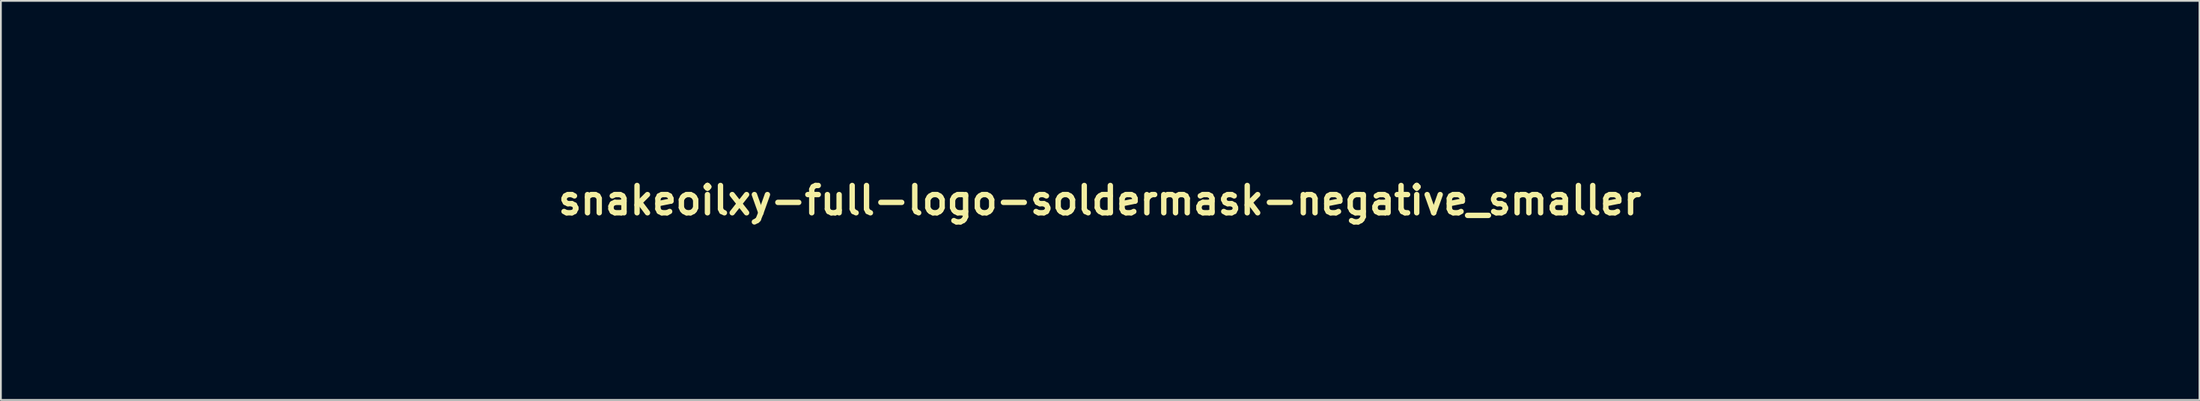
<source format=kicad_pcb>
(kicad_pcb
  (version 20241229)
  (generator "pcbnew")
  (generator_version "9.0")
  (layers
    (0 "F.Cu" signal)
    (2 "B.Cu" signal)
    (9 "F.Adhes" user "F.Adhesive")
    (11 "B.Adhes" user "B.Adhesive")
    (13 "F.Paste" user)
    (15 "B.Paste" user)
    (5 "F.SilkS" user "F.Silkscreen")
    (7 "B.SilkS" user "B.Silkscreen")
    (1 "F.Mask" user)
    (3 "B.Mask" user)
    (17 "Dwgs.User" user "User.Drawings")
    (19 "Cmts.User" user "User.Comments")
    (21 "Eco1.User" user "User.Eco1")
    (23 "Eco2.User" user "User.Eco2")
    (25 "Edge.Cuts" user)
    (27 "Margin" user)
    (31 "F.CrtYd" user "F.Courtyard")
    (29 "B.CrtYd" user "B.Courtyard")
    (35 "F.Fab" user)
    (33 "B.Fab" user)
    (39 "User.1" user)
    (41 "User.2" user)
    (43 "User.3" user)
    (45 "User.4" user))
  (footprint "snakeoilxy-full-logo-soldermask-negative_smaller"
    (layer "F.Cu")
    (at 58.171 8.133)
    (property "Reference" "snakeoilxy-full-logo-soldermask-negative_smaller" (at 0 0 0) (layer "F.SilkS") (effects (font (size 1.524 1.524) (thickness 0.3))))
    (attr through_hole)
    (fp_poly (pts (xy 9.401 1.473) (xy 9.678 1.525) (xy 9.922 1.614) (xy 10.142 1.746) (xy 10.309 1.883) (xy 10.397 1.983) (xy 10.491 2.124) (xy 10.58 2.283) (xy 10.652 2.439) (xy 10.684 2.532) (xy 10.704 2.603) (xy 7.43 2.603) (xy 7.484 2.469) (xy 7.625 2.181) (xy 7.803 1.944) (xy 8.021 1.754) (xy 8.283 1.606) (xy 8.46 1.538) (xy 8.586 1.5) (xy 8.699 1.475) (xy 8.818 1.461) (xy 8.967 1.456) (xy 9.079 1.456) (xy 9.401 1.473)) (stroke (width 0.01) (type solid)) (fill yes) (layer "F.Mask"))
    (fp_poly (pts (xy -4.015 1.463) (xy -3.798 1.489) (xy -3.662 1.521) (xy -3.373 1.638) (xy -3.118 1.805) (xy -2.9 2.015) (xy -2.722 2.262) (xy -2.588 2.54) (xy -2.5 2.843) (xy -2.461 3.165) (xy -2.475 3.499) (xy -2.526 3.769) (xy -2.634 4.083) (xy -2.789 4.357) (xy -2.986 4.589) (xy -3.221 4.774) (xy -3.492 4.908) (xy -3.686 4.968) (xy -3.881 4.999) (xy -4.106 5.012) (xy -4.336 5.008) (xy -4.549 4.986) (xy -4.688 4.956) (xy -5.004 4.836) (xy -5.276 4.672) (xy -5.501 4.466) (xy -5.678 4.22) (xy -5.806 3.936) (xy -5.882 3.617) (xy -5.905 3.288) (xy -5.899 3.102) (xy -5.882 2.92) (xy -5.856 2.771) (xy -5.854 2.764) (xy -5.746 2.45) (xy -5.588 2.169) (xy -5.385 1.926) (xy -5.141 1.726) (xy -4.862 1.575) (xy -4.651 1.502) (xy -4.467 1.469) (xy -4.246 1.456) (xy -4.015 1.463)) (stroke (width 0.01) (type solid)) (fill yes) (layer "F.Mask"))
    (fp_poly (pts (xy 17.338 -0.4) (xy 17.71 -0.314) (xy 18.062 -0.175) (xy 18.389 0.014) (xy 18.686 0.249) (xy 18.948 0.529) (xy 19.169 0.851) (xy 19.344 1.212) (xy 19.4 1.364) (xy 19.498 1.752) (xy 19.541 2.146) (xy 19.529 2.538) (xy 19.466 2.922) (xy 19.352 3.29) (xy 19.19 3.634) (xy 18.982 3.949) (xy 18.73 4.227) (xy 18.558 4.373) (xy 18.242 4.584) (xy 17.914 4.74) (xy 17.563 4.843) (xy 17.181 4.899) (xy 17.018 4.908) (xy 16.803 4.911) (xy 16.625 4.901) (xy 16.458 4.877) (xy 16.383 4.862) (xy 15.983 4.743) (xy 15.615 4.572) (xy 15.284 4.351) (xy 14.993 4.083) (xy 14.745 3.774) (xy 14.544 3.424) (xy 14.393 3.04) (xy 14.354 2.9) (xy 14.309 2.652) (xy 14.287 2.369) (xy 14.289 2.074) (xy 14.315 1.791) (xy 14.352 1.591) (xy 14.476 1.2) (xy 14.654 0.842) (xy 14.879 0.519) (xy 15.15 0.237) (xy 15.461 -0.002) (xy 15.809 -0.192) (xy 16.152 -0.318) (xy 16.554 -0.405) (xy 16.951 -0.431) (xy 17.338 -0.4)) (stroke (width 0.01) (type solid)) (fill yes) (layer "F.Mask"))
    (fp_poly (pts (xy 58.198 8.128) (xy -58.166 8.128) (xy -58.166 -0.17) (xy -56.047 -0.17) (xy -56.045 -0.013) (xy -56.041 0.162) (xy -56.035 0.341) (xy -56.028 0.513) (xy -56.018 0.667) (xy -56.008 0.791) (xy -56.007 0.796) (xy -55.906 1.437) (xy -55.745 2.074) (xy -55.527 2.698) (xy -55.256 3.302) (xy -54.934 3.879) (xy -54.565 4.42) (xy -54.409 4.62) (xy -54.267 4.785) (xy -54.091 4.976) (xy -53.894 5.177) (xy -53.692 5.375) (xy -53.499 5.555) (xy -53.328 5.704) (xy -53.292 5.732) (xy -52.781 6.104) (xy -52.232 6.434) (xy -51.653 6.718) (xy -51.053 6.953) (xy -50.442 7.134) (xy -49.828 7.259) (xy -49.514 7.299) (xy -49.33 7.313) (xy -49.103 7.323) (xy -48.849 7.328) (xy -48.586 7.329) (xy -48.332 7.325) (xy -48.103 7.317) (xy -47.916 7.304) (xy -47.886 7.301) (xy -47.214 7.196) (xy -46.558 7.03) (xy -45.919 6.805) (xy -45.3 6.52) (xy -44.705 6.178) (xy -44.136 5.779) (xy -44.05 5.712) (xy -44.003 5.67) (xy -43.913 5.586) (xy -43.783 5.461) (xy -43.615 5.297) (xy -43.411 5.098) (xy -43.173 4.865) (xy -42.904 4.6) (xy -42.605 4.307) (xy -42.28 3.986) (xy -41.931 3.64) (xy -41.559 3.271) (xy -41.167 2.883) (xy -40.805 2.524) (xy -39.592 2.524) (xy -38.235 3.884) (xy -37.981 4.138) (xy -37.73 4.387) (xy -37.489 4.625) (xy -37.262 4.848) (xy -37.054 5.05) (xy -36.871 5.226) (xy -36.719 5.372) (xy -36.601 5.481) (xy -36.536 5.54) (xy -36.004 5.96) (xy -35.44 6.328) (xy -34.847 6.642) (xy -34.232 6.899) (xy -33.598 7.098) (xy -33.204 7.19) (xy -32.898 7.247) (xy -32.628 7.287) (xy -32.366 7.313) (xy -32.088 7.326) (xy -31.885 7.33) (xy -31.464 7.334) (xy -31.464 4.613) (xy -31.933 4.594) (xy -32.471 4.542) (xy -32.992 4.428) (xy -33.494 4.255) (xy -33.974 4.021) (xy -34.432 3.729) (xy -34.519 3.665) (xy -34.576 3.616) (xy -34.674 3.527) (xy -34.808 3.401) (xy -34.973 3.243) (xy -35.165 3.057) (xy -35.38 2.848) (xy -35.614 2.619) (xy -35.862 2.375) (xy -36.119 2.12) (xy -36.187 2.051) (xy -37.656 0.588) (xy -38.624 1.556) (xy -39.592 2.524) (xy -40.805 2.524) (xy -40.757 2.476) (xy -40.332 2.053) (xy -39.893 1.616) (xy -39.443 1.168) (xy -39.211 0.937) (xy -38.666 0.393) (xy -38.164 -0.108) (xy -37.702 -0.568) (xy -37.28 -0.989) (xy -36.895 -1.373) (xy -36.544 -1.721) (xy -36.227 -2.036) (xy -35.94 -2.319) (xy -35.683 -2.572) (xy -35.452 -2.798) (xy -35.247 -2.997) (xy -35.064 -3.173) (xy -34.902 -3.326) (xy -34.759 -3.459) (xy -34.633 -3.573) (xy -34.522 -3.671) (xy -34.424 -3.755) (xy -34.337 -3.825) (xy -34.259 -3.885) (xy -34.187 -3.935) (xy -34.121 -3.979) (xy -34.057 -4.017) (xy -33.994 -4.052) (xy -33.93 -4.085) (xy -33.863 -4.119) (xy -33.791 -4.155) (xy -33.786 -4.158) (xy -33.54 -4.268) (xy -33.258 -4.375) (xy -32.963 -4.47) (xy -32.678 -4.546) (xy -32.483 -4.585) (xy -32.259 -4.613) (xy -31.994 -4.629) (xy -31.708 -4.634) (xy -31.423 -4.628) (xy -31.158 -4.611) (xy -30.956 -4.587) (xy -30.441 -4.473) (xy -29.947 -4.302) (xy -29.48 -4.078) (xy -29.042 -3.803) (xy -28.638 -3.482) (xy -28.271 -3.118) (xy -27.946 -2.715) (xy -27.666 -2.276) (xy -27.434 -1.805) (xy -27.256 -1.306) (xy -27.19 -1.055) (xy -27.133 -0.74) (xy -27.098 -0.386) (xy -27.085 -0.017) (xy -27.096 0.346) (xy -27.13 0.681) (xy -27.141 0.746) (xy -27.259 1.26) (xy -27.435 1.755) (xy -27.664 2.226) (xy -27.943 2.668) (xy -28.267 3.075) (xy -28.633 3.443) (xy -29.037 3.766) (xy -29.476 4.04) (xy -29.551 4.079) (xy -29.716 4.165) (xy -29.674 4.265) (xy -29.613 4.41) (xy -29.538 4.587) (xy -29.451 4.791) (xy -29.355 5.013) (xy -29.254 5.246) (xy -29.151 5.483) (xy -29.05 5.716) (xy -28.953 5.939) (xy -28.863 6.144) (xy -28.784 6.323) (xy -28.719 6.47) (xy -28.671 6.577) (xy -28.643 6.636) (xy -28.638 6.646) (xy -28.597 6.647) (xy -28.511 6.617) (xy -28.388 6.56) (xy -28.237 6.481) (xy -28.065 6.383) (xy -27.88 6.273) (xy -27.69 6.153) (xy -27.503 6.029) (xy -27.326 5.905) (xy -27.231 5.835) (xy -27.07 5.705) (xy -26.882 5.539) (xy -26.679 5.35) (xy -26.6 5.274) (xy -20.368 5.274) (xy -20.256 5.368) (xy -20.044 5.533) (xy -19.802 5.692) (xy -19.59 5.812) (xy -19.472 5.867) (xy -19.33 5.927) (xy -19.181 5.985) (xy -19.039 6.036) (xy -18.92 6.074) (xy -18.84 6.093) (xy -18.827 6.094) (xy -18.801 6.079) (xy -18.777 6.025) (xy -18.752 5.925) (xy -18.722 5.771) (xy -18.692 5.603) (xy -18.661 5.429) (xy -18.632 5.277) (xy -18.622 5.223) (xy -18.589 5.047) (xy -18.553 4.857) (xy -18.519 4.67) (xy -18.49 4.503) (xy -18.468 4.375) (xy -18.463 4.345) (xy -18.456 4.266) (xy -18.477 4.225) (xy -18.541 4.197) (xy -18.554 4.192) (xy -18.648 4.151) (xy -18.755 4.089) (xy -18.795 4.061) (xy -18.926 3.966) (xy -19.012 4.034) (xy -19.054 4.07) (xy -19.136 4.142) (xy -19.248 4.243) (xy -19.383 4.366) (xy -19.533 4.502) (xy -19.69 4.646) (xy -19.847 4.789) (xy -19.994 4.925) (xy -20.125 5.046) (xy -20.232 5.145) (xy -20.288 5.198) (xy -20.368 5.274) (xy -26.6 5.274) (xy -26.473 5.15) (xy -26.278 4.951) (xy -26.107 4.766) (xy -25.981 4.62) (xy -25.626 4.138) (xy -25.588 4.076) (xy -21.154 4.076) (xy -21.146 4.111) (xy -21.141 4.124) (xy -21.084 4.258) (xy -21.014 4.401) (xy -20.935 4.543) (xy -20.855 4.675) (xy -20.78 4.785) (xy -20.716 4.863) (xy -20.67 4.9) (xy -20.657 4.899) (xy -20.623 4.877) (xy -20.543 4.823) (xy -20.425 4.742) (xy -20.274 4.639) (xy -20.099 4.518) (xy -19.905 4.385) (xy -19.84 4.34) (xy -19.059 3.802) (xy -19.142 3.63) (xy -19.176 3.558) (xy -19.207 3.509) (xy -19.245 3.483) (xy -19.299 3.478) (xy -19.382 3.494) (xy -19.504 3.53) (xy -19.675 3.585) (xy -19.681 3.587) (xy -19.843 3.638) (xy -20.019 3.692) (xy -20.174 3.739) (xy -20.193 3.745) (xy -20.319 3.782) (xy -20.43 3.816) (xy -20.505 3.84) (xy -20.511 3.842) (xy -20.576 3.863) (xy -20.683 3.896) (xy -20.815 3.936) (xy -20.881 3.956) (xy -21.015 3.996) (xy -21.099 4.025) (xy -21.141 4.05) (xy -21.154 4.076) (xy -25.588 4.076) (xy -25.305 3.617) (xy -25.023 3.068) (xy -24.988 2.985) (xy -21.368 2.985) (xy -21.368 3.074) (xy -21.362 3.156) (xy -21.346 3.276) (xy -21.324 3.408) (xy -21.301 3.527) (xy -21.284 3.596) (xy -21.267 3.63) (xy -21.234 3.647) (xy -21.171 3.645) (xy -21.067 3.625) (xy -20.977 3.604) (xy -20.894 3.585) (xy -20.792 3.562) (xy -20.665 3.533) (xy -20.505 3.497) (xy -20.303 3.453) (xy -20.054 3.398) (xy -19.812 3.345) (xy -19.674 3.315) (xy -19.533 3.286) (xy -19.449 3.269) (xy -19.359 3.25) (xy -19.299 3.235) (xy -19.287 3.23) (xy -19.287 3.197) (xy -19.294 3.125) (xy -19.296 3.104) (xy -19.311 2.985) (xy -21.368 2.985) (xy -24.988 2.985) (xy -24.787 2.504) (xy -24.602 1.936) (xy -24.515 1.586) (xy -24.407 0.943) (xy -24.353 0.286) (xy -24.355 -0.375) (xy -24.412 -1.028) (xy -24.524 -1.663) (xy -24.54 -1.73) (xy -20.986 -1.73) (xy -20.968 -1.419) (xy -20.917 -1.094) (xy -20.839 -0.787) (xy -20.798 -0.668) (xy -20.689 -0.431) (xy -20.54 -0.181) (xy -20.364 0.061) (xy -20.193 0.254) (xy -19.999 0.439) (xy -19.8 0.603) (xy -19.585 0.751) (xy -19.343 0.889) (xy -19.065 1.024) (xy -18.741 1.161) (xy -18.542 1.238) (xy -18.183 1.376) (xy -17.878 1.497) (xy -17.622 1.605) (xy -17.41 1.701) (xy -17.236 1.789) (xy -17.093 1.872) (xy -16.977 1.952) (xy -16.881 2.034) (xy -16.801 2.119) (xy -16.756 2.175) (xy -16.641 2.348) (xy -16.564 2.519) (xy -16.518 2.707) (xy -16.498 2.93) (xy -16.497 3.016) (xy -16.497 3.174) (xy -16.504 3.287) (xy -16.519 3.375) (xy -16.546 3.457) (xy -16.58 3.532) (xy -16.725 3.77) (xy -16.917 3.97) (xy -17.146 4.125) (xy -17.403 4.229) (xy -17.556 4.262) (xy -17.669 4.28) (xy -17.76 4.296) (xy -17.806 4.306) (xy -17.818 4.32) (xy -17.827 4.361) (xy -17.833 4.432) (xy -17.836 4.542) (xy -17.836 4.696) (xy -17.833 4.9) (xy -17.828 5.161) (xy -17.827 5.199) (xy -17.822 5.432) (xy -17.816 5.648) (xy -17.81 5.837) (xy -17.804 5.989) (xy -17.798 6.097) (xy -17.794 6.15) (xy -17.793 6.152) (xy -17.786 6.182) (xy -17.77 6.201) (xy -17.738 6.21) (xy -17.679 6.209) (xy -17.583 6.198) (xy -17.441 6.177) (xy -17.304 6.155) (xy -16.867 6.054) (xy -16.45 5.893) (xy -16.057 5.675) (xy -15.69 5.402) (xy -15.399 5.122) (xy -15.126 4.787) (xy -14.903 4.421) (xy -14.73 4.032) (xy -14.608 3.626) (xy -14.537 3.209) (xy -14.518 2.789) (xy -14.551 2.371) (xy -14.636 1.963) (xy -14.775 1.571) (xy -14.968 1.202) (xy -15.092 1.016) (xy -15.31 0.753) (xy -15.562 0.515) (xy -15.855 0.297) (xy -15.93 0.253) (xy -13.557 0.253) (xy -13.557 3.217) (xy -13.557 3.645) (xy -13.556 4.055) (xy -13.555 4.443) (xy -13.554 4.804) (xy -13.552 5.133) (xy -13.55 5.426) (xy -13.548 5.68) (xy -13.545 5.888) (xy -13.543 6.047) (xy -13.54 6.152) (xy -13.537 6.2) (xy -13.536 6.202) (xy -13.5 6.208) (xy -13.409 6.213) (xy -13.273 6.218) (xy -13.102 6.221) (xy -12.905 6.223) (xy -12.806 6.223) (xy -12.097 6.223) (xy -12.097 4.513) (xy -12.096 4.119) (xy -12.095 3.783) (xy -12.094 3.5) (xy -12.091 3.263) (xy -12.087 3.068) (xy -12.082 2.908) (xy -12.075 2.778) (xy -12.067 2.673) (xy -12.058 2.586) (xy -12.048 2.523) (xy -11.976 2.24) (xy -11.867 1.999) (xy -11.723 1.805) (xy -11.675 1.758) (xy -11.477 1.616) (xy -11.252 1.518) (xy -11.01 1.463) (xy -10.764 1.451) (xy -10.525 1.483) (xy -10.305 1.558) (xy -10.115 1.678) (xy -10.068 1.721) (xy -9.998 1.796) (xy -9.937 1.879) (xy -9.884 1.973) (xy -9.839 2.085) (xy -9.801 2.218) (xy -9.77 2.376) (xy -9.744 2.565) (xy -9.724 2.788) (xy -9.709 3.051) (xy -9.698 3.358) (xy -9.69 3.712) (xy -9.686 4.12) (xy -9.684 4.586) (xy -9.684 4.755) (xy -9.684 6.223) (xy -8.25 6.223) (xy -8.264 4.135) (xy -8.267 3.718) (xy -8.27 3.358) (xy -8.271 3.254) (xy -7.366 3.254) (xy -7.338 3.716) (xy -7.254 4.154) (xy -7.117 4.563) (xy -6.928 4.941) (xy -6.689 5.284) (xy -6.402 5.589) (xy -6.068 5.854) (xy -5.905 5.957) (xy -5.725 6.05) (xy -5.504 6.141) (xy -5.267 6.222) (xy -5.037 6.286) (xy -4.858 6.321) (xy -4.697 6.336) (xy -4.5 6.34) (xy -4.283 6.336) (xy -4.065 6.324) (xy -3.863 6.304) (xy -3.696 6.279) (xy -3.614 6.259) (xy -3.474 6.211) (xy -3.314 6.145) (xy -3.178 6.079) (xy -3.063 6.011) (xy -2.929 5.92) (xy -2.79 5.817) (xy -2.659 5.711) (xy -2.548 5.613) (xy -2.471 5.533) (xy -2.448 5.501) (xy -2.433 5.495) (xy -2.423 5.537) (xy -2.417 5.631) (xy -2.414 5.783) (xy -2.414 5.834) (xy -2.413 6.223) (xy -1.079 6.223) (xy -1.079 0.254) (xy -2.413 0.254) (xy -2.413 1.008) (xy -2.659 0.763) (xy -2.91 0.543) (xy -3.172 0.374) (xy -3.463 0.248) (xy -3.556 0.217) (xy -3.651 0.189) (xy -3.74 0.17) (xy -3.836 0.156) (xy -3.953 0.148) (xy -4.104 0.145) (xy -4.303 0.144) (xy -4.35 0.144) (xy -4.62 0.148) (xy -4.844 0.162) (xy -5.038 0.189) (xy -5.218 0.232) (xy -5.402 0.295) (xy -5.605 0.381) (xy -5.673 0.413) (xy -5.899 0.527) (xy -6.092 0.646) (xy -6.275 0.787) (xy -6.427 0.923) (xy -6.703 1.224) (xy -6.934 1.567) (xy -7.118 1.945) (xy -7.253 2.354) (xy -7.336 2.787) (xy -7.366 3.24) (xy -7.366 3.254) (xy -8.271 3.254) (xy -8.273 3.052) (xy -8.276 2.795) (xy -8.279 2.58) (xy -8.283 2.403) (xy -8.288 2.26) (xy -8.293 2.144) (xy -8.3 2.05) (xy -8.308 1.974) (xy -8.317 1.911) (xy -8.328 1.855) (xy -8.341 1.802) (xy -8.343 1.794) (xy -8.433 1.485) (xy -8.538 1.226) (xy -8.666 1.005) (xy -8.823 0.808) (xy -9.016 0.623) (xy -9.04 0.603) (xy -9.189 0.488) (xy -9.338 0.396) (xy -9.508 0.316) (xy -9.719 0.237) (xy -9.731 0.233) (xy -9.83 0.201) (xy -9.915 0.178) (xy -10.002 0.162) (xy -10.104 0.153) (xy -10.235 0.148) (xy -10.408 0.147) (xy -10.525 0.147) (xy -10.734 0.148) (xy -10.892 0.152) (xy -11.012 0.16) (xy -11.107 0.173) (xy -11.189 0.192) (xy -11.255 0.213) (xy -11.533 0.33) (xy -11.802 0.491) (xy -11.983 0.626) (xy -12.189 0.79) (xy -12.199 0.53) (xy -12.208 0.27) (xy -12.883 0.261) (xy -13.557 0.253) (xy -15.93 0.253) (xy -16.194 0.096) (xy -16.586 -0.092) (xy -16.911 -0.225) (xy -17.065 -0.284) (xy -17.212 -0.341) (xy -17.334 -0.388) (xy -17.399 -0.413) (xy -17.489 -0.447) (xy -17.619 -0.497) (xy -17.768 -0.554) (xy -17.876 -0.595) (xy -18.028 -0.654) (xy -18.173 -0.714) (xy -18.291 -0.765) (xy -18.349 -0.792) (xy -18.51 -0.896) (xy -18.669 -1.037) (xy -18.807 -1.194) (xy -18.886 -1.317) (xy -18.926 -1.399) (xy -18.951 -1.476) (xy -18.965 -1.566) (xy -18.97 -1.688) (xy -18.971 -1.794) (xy -18.969 -1.946) (xy -18.961 -2.054) (xy -18.945 -2.135) (xy -18.916 -2.21) (xy -18.884 -2.27) (xy -18.826 -2.372) (xy -18.769 -2.459) (xy -18.742 -2.495) (xy -18.575 -2.644) (xy -18.373 -2.75) (xy -18.148 -2.814) (xy -17.911 -2.834) (xy -17.674 -2.812) (xy -17.451 -2.745) (xy -17.252 -2.634) (xy -17.153 -2.55) (xy -17.021 -2.389) (xy -16.924 -2.2) (xy -16.855 -1.968) (xy -16.846 -1.927) (xy -16.806 -1.73) (xy -15.781 -1.722) (xy -14.756 -1.714) (xy -14.76 -1.746) (xy -0.032 -1.746) (xy -0.032 6.223) (xy 1.397 6.223) (xy 1.397 3.454) (xy 1.546 3.656) (xy 1.642 3.786) (xy 1.768 3.959) (xy 1.919 4.164) (xy 2.086 4.394) (xy 2.264 4.638) (xy 2.446 4.887) (xy 2.624 5.133) (xy 2.793 5.365) (xy 2.946 5.576) (xy 3.029 5.691) (xy 3.413 6.222) (xy 4.374 6.222) (xy 4.613 6.222) (xy 4.831 6.221) (xy 5.019 6.218) (xy 5.17 6.215) (xy 5.276 6.211) (xy 5.329 6.207) (xy 5.334 6.205) (xy 5.33 6.197) (xy 5.317 6.177) (xy 5.291 6.142) (xy 5.249 6.088) (xy 5.189 6.012) (xy 5.107 5.91) (xy 5 5.778) (xy 4.866 5.612) (xy 4.701 5.409) (xy 4.503 5.165) (xy 4.268 4.877) (xy 4.224 4.822) (xy 4.062 4.624) (xy 3.876 4.395) (xy 3.682 4.156) (xy 3.494 3.924) (xy 3.34 3.735) (xy 2.885 3.175) (xy 2.945 3.089) (xy 5.923 3.089) (xy 5.931 3.513) (xy 5.935 3.556) (xy 6.012 3.998) (xy 6.146 4.412) (xy 6.332 4.795) (xy 6.569 5.145) (xy 6.854 5.458) (xy 7.184 5.731) (xy 7.557 5.962) (xy 7.969 6.146) (xy 8.319 6.257) (xy 8.532 6.299) (xy 8.787 6.326) (xy 9.064 6.338) (xy 9.346 6.335) (xy 9.613 6.317) (xy 9.847 6.284) (xy 9.954 6.26) (xy 10.307 6.146) (xy 10.616 6.005) (xy 10.898 5.827) (xy 11.17 5.603) (xy 11.233 5.543) (xy 11.459 5.308) (xy 11.654 5.065) (xy 11.81 4.827) (xy 11.921 4.604) (xy 11.952 4.516) (xy 11.974 4.445) (xy 10.412 4.445) (xy 10.278 4.578) (xy 10.062 4.76) (xy 9.833 4.891) (xy 9.577 4.973) (xy 9.287 5.012) (xy 9.133 5.016) (xy 8.784 4.994) (xy 8.477 4.926) (xy 8.207 4.813) (xy 7.968 4.65) (xy 7.857 4.548) (xy 7.718 4.382) (xy 7.602 4.196) (xy 7.522 4.012) (xy 7.508 3.961) (xy 7.486 3.873) (xy 9.777 3.873) (xy 10.214 3.873) (xy 10.592 3.873) (xy 10.915 3.873) (xy 11.188 3.872) (xy 11.414 3.87) (xy 11.599 3.868) (xy 11.746 3.865) (xy 11.86 3.861) (xy 11.945 3.857) (xy 12.006 3.851) (xy 12.047 3.844) (xy 12.071 3.836) (xy 12.085 3.826) (xy 12.09 3.818) (xy 12.098 3.768) (xy 12.104 3.667) (xy 12.109 3.528) (xy 12.111 3.363) (xy 12.111 3.286) (xy 12.1 2.952) (xy 12.067 2.658) (xy 12.009 2.385) (xy 11.956 2.22) (xy 12.778 2.22) (xy 12.806 2.709) (xy 12.889 3.192) (xy 13.027 3.66) (xy 13.218 4.103) (xy 13.259 4.181) (xy 13.522 4.602) (xy 13.834 4.986) (xy 14.189 5.33) (xy 14.583 5.631) (xy 15.01 5.885) (xy 15.465 6.087) (xy 15.942 6.235) (xy 16.383 6.319) (xy 16.545 6.332) (xy 16.749 6.338) (xy 16.98 6.337) (xy 17.217 6.328) (xy 17.445 6.314) (xy 17.644 6.295) (xy 17.796 6.271) (xy 18.282 6.138) (xy 18.744 5.95) (xy 19.176 5.712) (xy 19.571 5.427) (xy 19.925 5.097) (xy 20.091 4.91) (xy 20.389 4.498) (xy 20.633 4.058) (xy 20.821 3.595) (xy 20.952 3.113) (xy 21.025 2.618) (xy 21.039 2.115) (xy 20.993 1.608) (xy 20.886 1.104) (xy 20.871 1.052) (xy 20.804 0.854) (xy 20.711 0.627) (xy 20.602 0.393) (xy 20.529 0.254) (xy 22.035 0.254) (xy 22.035 6.223) (xy 23.463 6.223) (xy 24.606 6.223) (xy 26.035 6.223) (xy 26.035 4.2) (xy 27.21 4.2) (xy 27.21 6.264) (xy 27.646 6.242) (xy 27.831 6.23) (xy 28.015 6.213) (xy 28.178 6.193) (xy 28.3 6.173) (xy 28.305 6.172) (xy 28.637 6.091) (xy 28.971 5.993) (xy 29.287 5.884) (xy 29.567 5.77) (xy 29.654 5.73) (xy 29.744 5.684) (xy 29.859 5.62) (xy 29.988 5.547) (xy 30.118 5.472) (xy 30.234 5.403) (xy 30.326 5.346) (xy 30.378 5.31) (xy 30.385 5.304) (xy 30.419 5.277) (xy 30.487 5.23) (xy 30.532 5.201) (xy 30.564 5.179) (xy 30.598 5.156) (xy 30.635 5.127) (xy 30.678 5.093) (xy 30.729 5.049) (xy 30.79 4.995) (xy 30.863 4.928) (xy 30.95 4.845) (xy 31.055 4.746) (xy 31.178 4.627) (xy 31.322 4.486) (xy 31.489 4.322) (xy 31.681 4.133) (xy 31.901 3.915) (xy 32.151 3.668) (xy 32.433 3.388) (xy 32.749 3.074) (xy 33.101 2.724) (xy 33.18 2.645) (xy 34.073 2.645) (xy 35.19 3.76) (xy 35.417 3.986) (xy 35.637 4.203) (xy 35.845 4.406) (xy 36.035 4.59) (xy 36.202 4.749) (xy 36.34 4.879) (xy 36.445 4.975) (xy 36.511 5.03) (xy 36.513 5.032) (xy 36.61 5.107) (xy 36.687 5.167) (xy 36.73 5.203) (xy 36.735 5.207) (xy 36.769 5.234) (xy 36.839 5.279) (xy 36.878 5.303) (xy 36.963 5.357) (xy 37.029 5.405) (xy 37.044 5.418) (xy 37.099 5.456) (xy 37.199 5.512) (xy 37.335 5.583) (xy 37.493 5.661) (xy 37.662 5.741) (xy 37.83 5.817) (xy 37.985 5.885) (xy 38.115 5.937) (xy 38.195 5.966) (xy 38.321 6.005) (xy 38.432 6.04) (xy 38.507 6.065) (xy 38.513 6.067) (xy 38.705 6.121) (xy 38.946 6.169) (xy 39.22 6.208) (xy 39.512 6.235) (xy 39.806 6.249) (xy 39.854 6.25) (xy 40.164 6.255) (xy 40.164 4.201) (xy 40.155 4.2) (xy 41.021 4.2) (xy 41.021 6.264) (xy 41.458 6.242) (xy 41.642 6.23) (xy 41.826 6.213) (xy 41.989 6.193) (xy 42.111 6.173) (xy 42.116 6.172) (xy 42.448 6.091) (xy 42.782 5.993) (xy 43.098 5.884) (xy 43.378 5.77) (xy 43.466 5.73) (xy 43.555 5.684) (xy 43.67 5.62) (xy 43.799 5.547) (xy 43.929 5.472) (xy 44.046 5.403) (xy 44.137 5.346) (xy 44.19 5.31) (xy 44.196 5.304) (xy 44.23 5.277) (xy 44.299 5.23) (xy 44.343 5.201) (xy 44.376 5.179) (xy 44.409 5.156) (xy 44.446 5.127) (xy 44.489 5.093) (xy 44.54 5.049) (xy 44.601 4.995) (xy 44.674 4.928) (xy 44.762 4.845) (xy 44.866 4.746) (xy 44.989 4.627) (xy 45.133 4.486) (xy 45.3 4.322) (xy 45.493 4.133) (xy 45.713 3.915) (xy 45.963 3.668) (xy 46.244 3.388) (xy 46.56 3.074) (xy 46.912 2.724) (xy 47.303 2.335) (xy 47.734 1.906) (xy 48.197 1.445) (xy 48.584 1.059) (xy 48.961 0.684) (xy 49.324 0.323) (xy 49.67 -0.021) (xy 49.998 -0.346) (xy 50.303 -0.65) (xy 50.585 -0.929) (xy 50.84 -1.182) (xy 51.066 -1.406) (xy 51.261 -1.597) (xy 51.421 -1.755) (xy 51.544 -1.876) (xy 51.628 -1.958) (xy 51.67 -1.998) (xy 51.673 -2) (xy 51.997 -2.227) (xy 52.362 -2.418) (xy 52.755 -2.567) (xy 53.162 -2.671) (xy 53.569 -2.724) (xy 53.753 -2.731) (xy 54.007 -2.731) (xy 54.007 -3.762) (xy 54.006 -4.059) (xy 54.005 -4.297) (xy 54.001 -4.482) (xy 53.997 -4.619) (xy 53.99 -4.713) (xy 53.982 -4.77) (xy 53.971 -4.795) (xy 53.967 -4.797) (xy 53.711 -4.801) (xy 53.415 -4.784) (xy 53.097 -4.748) (xy 52.773 -4.696) (xy 52.458 -4.631) (xy 52.169 -4.556) (xy 51.923 -4.472) (xy 51.864 -4.448) (xy 51.806 -4.423) (xy 51.707 -4.382) (xy 51.587 -4.331) (xy 51.55 -4.316) (xy 51.448 -4.269) (xy 51.319 -4.204) (xy 51.174 -4.128) (xy 51.026 -4.048) (xy 50.887 -3.969) (xy 50.769 -3.899) (xy 50.683 -3.844) (xy 50.641 -3.811) (xy 50.641 -3.811) (xy 50.608 -3.783) (xy 50.538 -3.733) (xy 50.467 -3.684) (xy 50.426 -3.65) (xy 50.344 -3.573) (xy 50.221 -3.457) (xy 50.062 -3.303) (xy 49.868 -3.114) (xy 49.642 -2.893) (xy 49.387 -2.643) (xy 49.104 -2.365) (xy 48.798 -2.062) (xy 48.469 -1.738) (xy 48.122 -1.394) (xy 47.758 -1.032) (xy 47.38 -0.656) (xy 46.991 -0.268) (xy 46.863 -0.141) (xy 46.47 0.251) (xy 46.088 0.632) (xy 45.72 0.999) (xy 45.366 1.35) (xy 45.032 1.683) (xy 44.718 1.995) (xy 44.427 2.283) (xy 44.163 2.544) (xy 43.927 2.777) (xy 43.722 2.979) (xy 43.552 3.147) (xy 43.417 3.278) (xy 43.321 3.371) (xy 43.267 3.422) (xy 43.259 3.429) (xy 43.156 3.508) (xy 43.021 3.601) (xy 42.881 3.691) (xy 42.847 3.712) (xy 42.456 3.915) (xy 42.061 4.059) (xy 41.651 4.148) (xy 41.362 4.178) (xy 41.021 4.2) (xy 40.155 4.2) (xy 39.775 4.18) (xy 39.351 4.134) (xy 38.958 4.043) (xy 38.583 3.9) (xy 38.212 3.703) (xy 38.041 3.593) (xy 37.96 3.535) (xy 37.863 3.456) (xy 37.746 3.354) (xy 37.604 3.224) (xy 37.434 3.063) (xy 37.233 2.868) (xy 36.996 2.635) (xy 36.719 2.36) (xy 36.669 2.31) (xy 36.451 2.092) (xy 36.245 1.888) (xy 36.058 1.703) (xy 35.892 1.541) (xy 35.753 1.406) (xy 35.645 1.302) (xy 35.573 1.235) (xy 35.54 1.207) (xy 35.539 1.206) (xy 35.511 1.228) (xy 35.444 1.29) (xy 35.343 1.385) (xy 35.214 1.51) (xy 35.062 1.659) (xy 34.894 1.825) (xy 34.793 1.926) (xy 34.073 2.645) (xy 33.18 2.645) (xy 33.492 2.335) (xy 33.923 1.906) (xy 34.385 1.445) (xy 34.773 1.059) (xy 35.15 0.684) (xy 35.513 0.323) (xy 35.859 -0.021) (xy 36.186 -0.346) (xy 36.492 -0.65) (xy 36.774 -0.929) (xy 37.029 -1.182) (xy 37.255 -1.406) (xy 37.449 -1.597) (xy 37.61 -1.755) (xy 37.733 -1.876) (xy 37.817 -1.958) (xy 37.859 -1.998) (xy 37.862 -2) (xy 38.181 -2.224) (xy 38.542 -2.413) (xy 38.93 -2.563) (xy 39.33 -2.668) (xy 39.729 -2.723) (xy 39.927 -2.731) (xy 40.165 -2.731) (xy 40.165 -2.738) (xy 41.021 -2.738) (xy 41.299 -2.72) (xy 41.678 -2.678) (xy 42.02 -2.605) (xy 42.348 -2.493) (xy 42.684 -2.336) (xy 42.699 -2.328) (xy 42.815 -2.264) (xy 42.928 -2.196) (xy 43.043 -2.118) (xy 43.163 -2.027) (xy 43.295 -1.918) (xy 43.442 -1.787) (xy 43.61 -1.631) (xy 43.804 -1.444) (xy 44.029 -1.222) (xy 44.289 -0.961) (xy 44.482 -0.766) (xy 44.692 -0.553) (xy 44.887 -0.355) (xy 45.065 -0.176) (xy 45.219 -0.02) (xy 45.346 0.109) (xy 45.441 0.205) (xy 45.5 0.264) (xy 45.518 0.283) (xy 45.541 0.262) (xy 45.603 0.201) (xy 45.7 0.107) (xy 45.826 -0.017) (xy 45.975 -0.165) (xy 46.144 -0.332) (xy 46.261 -0.449) (xy 47 -1.183) (xy 45.844 -2.331) (xy 45.56 -2.612) (xy 45.298 -2.868) (xy 45.06 -3.096) (xy 44.852 -3.293) (xy 44.676 -3.456) (xy 44.536 -3.58) (xy 44.436 -3.663) (xy 44.418 -3.676) (xy 44.303 -3.761) (xy 44.206 -3.832) (xy 44.139 -3.882) (xy 44.117 -3.899) (xy 44.069 -3.929) (xy 43.981 -3.981) (xy 43.866 -4.045) (xy 43.739 -4.115) (xy 43.614 -4.181) (xy 43.508 -4.236) (xy 43.45 -4.265) (xy 43.251 -4.355) (xy 43.063 -4.433) (xy 42.905 -4.493) (xy 42.847 -4.513) (xy 42.711 -4.553) (xy 42.551 -4.596) (xy 42.385 -4.638) (xy 42.229 -4.675) (xy 42.101 -4.702) (xy 42.021 -4.715) (xy 41.917 -4.729) (xy 41.786 -4.748) (xy 41.704 -4.762) (xy 41.571 -4.778) (xy 41.411 -4.79) (xy 41.267 -4.794) (xy 41.021 -4.794) (xy 41.021 -2.738) (xy 40.165 -2.738) (xy 40.156 -3.768) (xy 40.148 -4.806) (xy 39.868 -4.8) (xy 39.58 -4.783) (xy 39.268 -4.747) (xy 38.95 -4.695) (xy 38.641 -4.631) (xy 38.359 -4.556) (xy 38.118 -4.475) (xy 38.052 -4.448) (xy 37.994 -4.423) (xy 37.896 -4.382) (xy 37.776 -4.331) (xy 37.739 -4.316) (xy 37.637 -4.269) (xy 37.508 -4.204) (xy 37.363 -4.128) (xy 37.215 -4.048) (xy 37.076 -3.969) (xy 36.957 -3.899) (xy 36.871 -3.844) (xy 36.83 -3.811) (xy 36.83 -3.811) (xy 36.797 -3.783) (xy 36.727 -3.733) (xy 36.655 -3.684) (xy 36.615 -3.65) (xy 36.532 -3.573) (xy 36.41 -3.457) (xy 36.251 -3.303) (xy 36.057 -3.114) (xy 35.831 -2.893) (xy 35.575 -2.643) (xy 35.293 -2.365) (xy 34.986 -2.062) (xy 34.658 -1.738) (xy 34.311 -1.394) (xy 33.947 -1.032) (xy 33.569 -0.656) (xy 33.18 -0.268) (xy 33.052 -0.141) (xy 32.659 0.251) (xy 32.277 0.632) (xy 31.908 0.999) (xy 31.555 1.35) (xy 31.22 1.683) (xy 30.906 1.995) (xy 30.616 2.283) (xy 30.352 2.544) (xy 30.116 2.777) (xy 29.911 2.979) (xy 29.74 3.147) (xy 29.606 3.278) (xy 29.51 3.371) (xy 29.456 3.422) (xy 29.448 3.429) (xy 29.344 3.508) (xy 29.21 3.601) (xy 29.07 3.691) (xy 29.035 3.712) (xy 28.644 3.915) (xy 28.25 4.059) (xy 27.84 4.148) (xy 27.55 4.178) (xy 27.21 4.2) (xy 26.035 4.2) (xy 26.035 -1.747) (xy 25.329 -1.739) (xy 24.622 -1.73) (xy 24.614 2.246) (xy 24.606 6.223) (xy 23.463 6.223) (xy 23.463 0.254) (xy 22.035 0.254) (xy 20.529 0.254) (xy 20.488 0.176) (xy 20.401 0.031) (xy 20.1 -0.381) (xy 22.033 -0.381) (xy 23.463 -0.381) (xy 23.463 -1.747) (xy 22.757 -1.739) (xy 22.05 -1.73) (xy 22.042 -1.056) (xy 22.033 -0.381) (xy 20.1 -0.381) (xy 20.093 -0.391) (xy 19.746 -0.762) (xy 19.361 -1.083) (xy 18.938 -1.353) (xy 18.479 -1.571) (xy 17.983 -1.737) (xy 17.799 -1.783) (xy 17.597 -1.818) (xy 17.35 -1.841) (xy 17.077 -1.853) (xy 16.798 -1.854) (xy 16.53 -1.843) (xy 16.291 -1.819) (xy 16.161 -1.798) (xy 15.643 -1.662) (xy 15.16 -1.476) (xy 14.713 -1.24) (xy 14.306 -0.957) (xy 13.94 -0.63) (xy 13.619 -0.26) (xy 13.344 0.149) (xy 13.118 0.597) (xy 12.943 1.08) (xy 12.893 1.262) (xy 12.806 1.734) (xy 12.778 2.22) (xy 11.956 2.22) (xy 11.921 2.113) (xy 11.893 2.038) (xy 11.706 1.643) (xy 11.47 1.286) (xy 11.192 0.97) (xy 10.874 0.699) (xy 10.521 0.475) (xy 10.139 0.304) (xy 9.73 0.188) (xy 9.556 0.157) (xy 9.342 0.136) (xy 9.095 0.131) (xy 8.837 0.139) (xy 8.586 0.159) (xy 8.362 0.191) (xy 8.223 0.223) (xy 7.883 0.343) (xy 7.544 0.508) (xy 7.222 0.708) (xy 6.934 0.933) (xy 6.726 1.137) (xy 6.462 1.477) (xy 6.247 1.85) (xy 6.084 2.249) (xy 5.975 2.665) (xy 5.923 3.089) (xy 2.945 3.089) (xy 2.957 3.072) (xy 3 3.012) (xy 3.079 2.904) (xy 3.192 2.748) (xy 3.339 2.546) (xy 3.518 2.3) (xy 3.729 2.012) (xy 3.968 1.684) (xy 4.236 1.318) (xy 4.51 0.944) (xy 4.637 0.769) (xy 4.752 0.61) (xy 4.849 0.475) (xy 4.923 0.37) (xy 4.968 0.305) (xy 4.979 0.285) (xy 4.952 0.275) (xy 4.864 0.267) (xy 4.718 0.261) (xy 4.517 0.256) (xy 4.263 0.254) (xy 4.133 0.254) (xy 3.277 0.254) (xy 3.213 0.357) (xy 3.18 0.409) (xy 3.116 0.505) (xy 3.026 0.64) (xy 2.915 0.804) (xy 2.788 0.992) (xy 2.65 1.196) (xy 2.588 1.286) (xy 2.431 1.517) (xy 2.269 1.756) (xy 2.109 1.991) (xy 1.961 2.211) (xy 1.831 2.402) (xy 1.728 2.555) (xy 1.719 2.568) (xy 1.413 3.025) (xy 1.405 0.639) (xy 1.397 -1.746) (xy -0.032 -1.746) (xy -14.76 -1.746) (xy -14.778 -1.897) (xy -14.84 -2.304) (xy -14.926 -2.661) (xy -14.954 -2.738) (xy 27.21 -2.738) (xy 27.488 -2.72) (xy 27.866 -2.678) (xy 28.209 -2.605) (xy 28.537 -2.493) (xy 28.872 -2.336) (xy 28.888 -2.328) (xy 29.004 -2.264) (xy 29.117 -2.196) (xy 29.231 -2.118) (xy 29.352 -2.027) (xy 29.483 -1.918) (xy 29.631 -1.787) (xy 29.799 -1.631) (xy 29.993 -1.444) (xy 30.217 -1.222) (xy 30.477 -0.961) (xy 30.671 -0.766) (xy 30.88 -0.553) (xy 31.076 -0.355) (xy 31.253 -0.176) (xy 31.408 -0.02) (xy 31.535 0.109) (xy 31.63 0.205) (xy 31.688 0.264) (xy 31.707 0.283) (xy 31.729 0.262) (xy 31.792 0.201) (xy 31.889 0.107) (xy 32.014 -0.017) (xy 32.164 -0.165) (xy 32.332 -0.332) (xy 32.45 -0.449) (xy 33.189 -1.183) (xy 32.033 -2.331) (xy 31.749 -2.612) (xy 31.486 -2.868) (xy 31.249 -3.096) (xy 31.041 -3.293) (xy 30.865 -3.456) (xy 30.725 -3.58) (xy 30.625 -3.663) (xy 30.607 -3.676) (xy 30.492 -3.761) (xy 30.395 -3.832) (xy 30.328 -3.882) (xy 30.305 -3.899) (xy 30.258 -3.929) (xy 30.17 -3.981) (xy 30.054 -4.045) (xy 29.927 -4.115) (xy 29.803 -4.181) (xy 29.697 -4.236) (xy 29.639 -4.265) (xy 29.44 -4.355) (xy 29.252 -4.433) (xy 29.093 -4.493) (xy 29.035 -4.513) (xy 28.899 -4.553) (xy 28.74 -4.596) (xy 28.573 -4.638) (xy 28.418 -4.675) (xy 28.29 -4.702) (xy 28.21 -4.715) (xy 28.105 -4.729) (xy 27.974 -4.748) (xy 27.892 -4.762) (xy 27.76 -4.778) (xy 27.6 -4.79) (xy 27.456 -4.794) (xy 27.21 -4.794) (xy 27.21 -2.738) (xy -14.954 -2.738) (xy -15.04 -2.977) (xy -15.185 -3.261) (xy -15.267 -3.39) (xy -15.53 -3.727) (xy -15.831 -4.017) (xy -16.173 -4.261) (xy -16.559 -4.462) (xy -16.99 -4.621) (xy -17.113 -4.657) (xy -17.253 -4.683) (xy -17.44 -4.702) (xy -17.658 -4.714) (xy -17.892 -4.718) (xy -18.126 -4.714) (xy -18.345 -4.702) (xy -18.531 -4.683) (xy -18.669 -4.657) (xy -19.096 -4.511) (xy -19.488 -4.317) (xy -19.841 -4.078) (xy -20.153 -3.798) (xy -20.42 -3.482) (xy -20.639 -3.133) (xy -20.808 -2.755) (xy -20.922 -2.352) (xy -20.979 -1.929) (xy -20.986 -1.73) (xy -24.54 -1.73) (xy -24.571 -1.861) (xy -24.768 -2.503) (xy -25.021 -3.12) (xy -25.328 -3.709) (xy -25.687 -4.266) (xy -26.095 -4.789) (xy -26.548 -5.274) (xy -27.044 -5.718) (xy -27.581 -6.118) (xy -28.155 -6.471) (xy -28.764 -6.772) (xy -28.797 -6.787) (xy -29.381 -7.008) (xy -29.995 -7.18) (xy -30.627 -7.3) (xy -31.264 -7.367) (xy -31.894 -7.378) (xy -32.188 -7.364) (xy -32.883 -7.284) (xy -33.551 -7.147) (xy -34.192 -6.953) (xy -34.81 -6.701) (xy -35.407 -6.39) (xy -35.986 -6.018) (xy -36.258 -5.817) (xy -36.314 -5.769) (xy -36.413 -5.678) (xy -36.554 -5.544) (xy -36.736 -5.368) (xy -36.957 -5.153) (xy -37.217 -4.899) (xy -37.514 -4.608) (xy -37.847 -4.28) (xy -38.214 -3.917) (xy -38.614 -3.521) (xy -39.047 -3.092) (xy -39.51 -2.632) (xy -40.002 -2.142) (xy -40.523 -1.623) (xy -41.07 -1.078) (xy -41.1 -1.048) (xy -41.553 -0.596) (xy -41.995 -0.156) (xy -42.425 0.272) (xy -42.839 0.684) (xy -43.237 1.079) (xy -43.615 1.454) (xy -43.972 1.808) (xy -44.305 2.137) (xy -44.612 2.441) (xy -44.891 2.715) (xy -45.14 2.96) (xy -45.355 3.171) (xy -45.536 3.347) (xy -45.68 3.487) (xy -45.785 3.586) (xy -45.848 3.645) (xy -45.863 3.657) (xy -46.32 3.964) (xy -46.792 4.21) (xy -47.282 4.394) (xy -47.792 4.52) (xy -48.324 4.586) (xy -48.482 4.594) (xy -48.824 4.599) (xy -49.126 4.586) (xy -49.413 4.551) (xy -49.705 4.494) (xy -49.847 4.46) (xy -50.352 4.299) (xy -50.831 4.082) (xy -51.282 3.812) (xy -51.699 3.493) (xy -52.077 3.128) (xy -52.413 2.721) (xy -52.702 2.276) (xy -52.815 2.064) (xy -52.991 1.683) (xy -53.122 1.321) (xy -53.213 0.96) (xy -53.271 0.58) (xy -53.298 0.183) (xy -53.305 0.012) (xy -53.311 -0.134) (xy -53.316 -0.245) (xy -53.32 -0.309) (xy -53.321 -0.322) (xy -53.353 -0.325) (xy -53.44 -0.33) (xy -53.575 -0.336) (xy -53.75 -0.344) (xy -53.956 -0.352) (xy -54.186 -0.362) (xy -54.431 -0.372) (xy -54.685 -0.381) (xy -54.938 -0.391) (xy -55.183 -0.4) (xy -55.412 -0.408) (xy -55.616 -0.415) (xy -55.789 -0.421) (xy -55.922 -0.425) (xy -56.006 -0.426) (xy -56.035 -0.426) (xy -56.042 -0.388) (xy -56.046 -0.299) (xy -56.047 -0.17) (xy -58.166 -0.17) (xy -58.166 -1.733) (xy -55.844 -1.733) (xy -55.843 -1.73) (xy -55.811 -1.722) (xy -55.725 -1.701) (xy -55.592 -1.67) (xy -55.421 -1.631) (xy -55.22 -1.585) (xy -54.995 -1.535) (xy -54.756 -1.481) (xy -54.509 -1.426) (xy -54.264 -1.372) (xy -54.026 -1.319) (xy -53.806 -1.27) (xy -53.609 -1.228) (xy -53.445 -1.192) (xy -53.321 -1.166) (xy -53.244 -1.15) (xy -53.224 -1.147) (xy -53.198 -1.173) (xy -53.162 -1.246) (xy -53.124 -1.351) (xy -53.118 -1.372) (xy -53.024 -1.639) (xy -52.902 -1.927) (xy -52.764 -2.21) (xy -52.621 -2.459) (xy -52.616 -2.467) (xy -52.452 -2.728) (xy -53.333 -3.322) (xy -53.556 -3.473) (xy -53.775 -3.621) (xy -53.979 -3.759) (xy -54.161 -3.883) (xy -54.312 -3.986) (xy -54.423 -4.062) (xy -54.461 -4.089) (xy -54.569 -4.162) (xy -54.655 -4.217) (xy -54.708 -4.247) (xy -54.719 -4.25) (xy -54.74 -4.22) (xy -54.787 -4.149) (xy -54.853 -4.048) (xy -54.907 -3.965) (xy -55.052 -3.725) (xy -55.204 -3.447) (xy -55.35 -3.153) (xy -55.481 -2.864) (xy -55.575 -2.629) (xy -55.63 -2.476) (xy -55.684 -2.313) (xy -55.736 -2.15) (xy -55.781 -1.999) (xy -55.817 -1.872) (xy -55.839 -1.779) (xy -55.844 -1.733) (xy -58.166 -1.733) (xy -58.166 -5.019) (xy -54.061 -5.019) (xy -54.054 -4.998) (xy -54.026 -4.97) (xy -53.958 -4.905) (xy -53.855 -4.81) (xy -53.723 -4.688) (xy -53.568 -4.547) (xy -53.397 -4.391) (xy -53.214 -4.225) (xy -53.027 -4.055) (xy -52.841 -3.887) (xy -52.663 -3.727) (xy -52.497 -3.578) (xy -52.351 -3.447) (xy -52.23 -3.34) (xy -52.141 -3.261) (xy -52.088 -3.217) (xy -52.077 -3.208) (xy -52.051 -3.227) (xy -51.988 -3.281) (xy -51.896 -3.36) (xy -51.785 -3.457) (xy -51.783 -3.458) (xy -51.648 -3.574) (xy -51.505 -3.689) (xy -51.375 -3.789) (xy -51.3 -3.842) (xy -51.205 -3.909) (xy -51.134 -3.964) (xy -51.102 -3.998) (xy -51.102 -4.001) (xy -51.118 -4.034) (xy -51.166 -4.113) (xy -51.24 -4.23) (xy -51.336 -4.38) (xy -51.449 -4.556) (xy -51.576 -4.75) (xy -51.711 -4.956) (xy -51.85 -5.168) (xy -51.99 -5.378) (xy -52.124 -5.581) (xy -52.25 -5.769) (xy -52.362 -5.935) (xy -52.457 -6.073) (xy -52.529 -6.177) (xy -52.574 -6.239) (xy -52.588 -6.255) (xy -52.634 -6.236) (xy -52.719 -6.184) (xy -52.835 -6.105) (xy -52.972 -6.006) (xy -53.122 -5.894) (xy -53.274 -5.776) (xy -53.419 -5.659) (xy -53.522 -5.572) (xy -53.709 -5.41) (xy -53.85 -5.282) (xy -53.952 -5.184) (xy -54.017 -5.111) (xy -54.052 -5.058) (xy -54.061 -5.019) (xy -58.166 -5.019) (xy -58.166 -6.601) (xy -51.997 -6.601) (xy -51.364 -5.396) (xy -51.23 -5.142) (xy -51.106 -4.906) (xy -50.993 -4.694) (xy -50.896 -4.512) (xy -50.817 -4.365) (xy -50.76 -4.259) (xy -50.727 -4.201) (xy -50.72 -4.191) (xy -50.688 -4.203) (xy -50.616 -4.233) (xy -50.557 -4.259) (xy -50.45 -4.302) (xy -50.311 -4.354) (xy -50.167 -4.404) (xy -50.147 -4.411) (xy -49.89 -4.495) (xy -49.93 -4.636) (xy -48.736 -4.636) (xy -48.472 -4.636) (xy -48.144 -4.615) (xy -47.786 -4.557) (xy -47.413 -4.466) (xy -47.044 -4.345) (xy -46.694 -4.2) (xy -46.596 -4.153) (xy -46.475 -4.091) (xy -46.364 -4.031) (xy -46.258 -3.969) (xy -46.153 -3.901) (xy -46.045 -3.824) (xy -45.929 -3.734) (xy -45.802 -3.627) (xy -45.659 -3.5) (xy -45.496 -3.35) (xy -45.309 -3.172) (xy -45.094 -2.963) (xy -44.846 -2.72) (xy -44.562 -2.438) (xy -44.26 -2.137) (xy -44.003 -1.882) (xy -43.761 -1.641) (xy -43.535 -1.417) (xy -43.331 -1.214) (xy -43.151 -1.036) (xy -43 -0.885) (xy -42.88 -0.767) (xy -42.796 -0.685) (xy -42.752 -0.641) (xy -42.746 -0.635) (xy -42.723 -0.657) (xy -42.659 -0.719) (xy -42.56 -0.816) (xy -42.43 -0.944) (xy -42.273 -1.099) (xy -42.094 -1.276) (xy -41.898 -1.47) (xy -41.77 -1.598) (xy -40.8 -2.56) (xy -42.331 -4.084) (xy -42.682 -4.433) (xy -42.993 -4.74) (xy -43.269 -5.009) (xy -43.513 -5.243) (xy -43.731 -5.447) (xy -43.926 -5.624) (xy -44.103 -5.778) (xy -44.266 -5.912) (xy -44.421 -6.031) (xy -44.57 -6.137) (xy -44.719 -6.235) (xy -44.872 -6.329) (xy -45.033 -6.422) (xy -45.207 -6.517) (xy -45.212 -6.52) (xy -45.675 -6.744) (xy -46.173 -6.941) (xy -46.69 -7.106) (xy -47.209 -7.233) (xy -47.716 -7.318) (xy -48.022 -7.348) (xy -48.185 -7.36) (xy -48.355 -7.373) (xy -48.5 -7.384) (xy -48.522 -7.386) (xy -48.736 -7.404) (xy -48.736 -4.636) (xy -49.93 -4.636) (xy -50.253 -5.795) (xy -50.33 -6.071) (xy -50.402 -6.328) (xy -50.467 -6.559) (xy -50.524 -6.758) (xy -50.57 -6.918) (xy -50.604 -7.033) (xy -50.624 -7.098) (xy -50.628 -7.109) (xy -50.668 -7.11) (xy -50.756 -7.089) (xy -50.883 -7.052) (xy -51.038 -7) (xy -51.21 -6.937) (xy -51.391 -6.868) (xy -51.57 -6.796) (xy -51.736 -6.724) (xy -51.819 -6.685) (xy -51.997 -6.601) (xy -58.166 -6.601) (xy -58.166 -8.128) (xy 58.198 -8.128) (xy 58.198 8.128)) (stroke (width 0.01) (type solid)) (fill yes) (layer "F.Mask")))
  (gr_rect
    (start -3 -3)
    (end 119.374 19.266)
    (stroke (width 0.1) (type default))
    (fill no)
    (layer "Edge.Cuts")))
</source>
